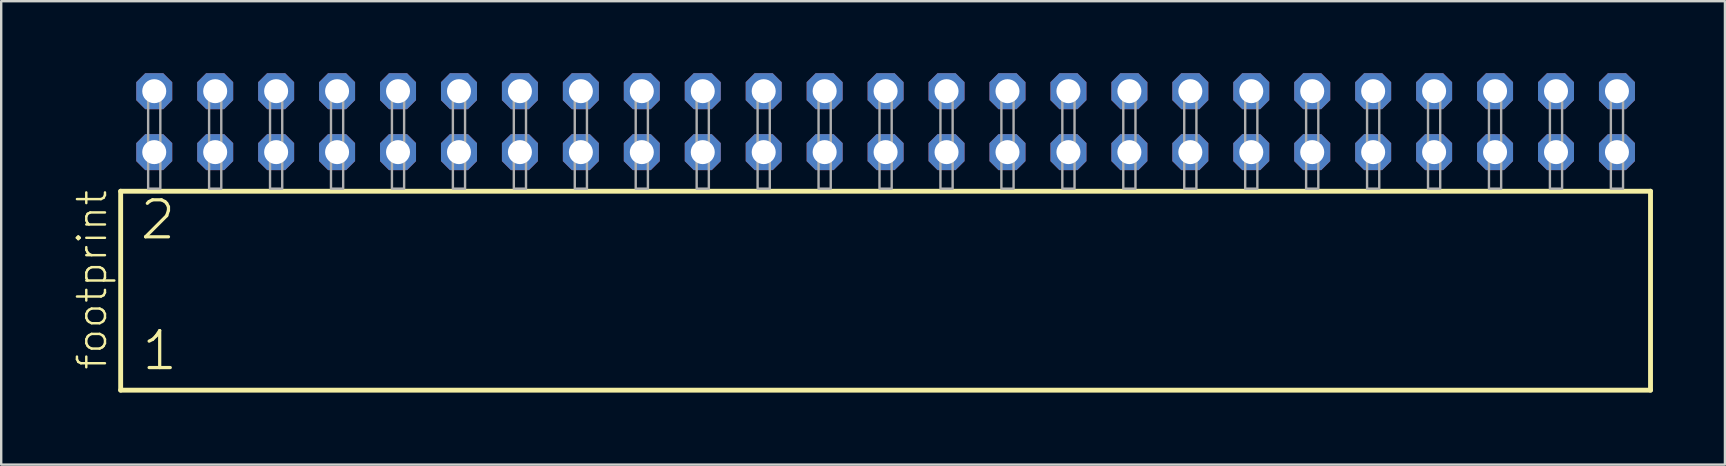
<source format=kicad_pcb>
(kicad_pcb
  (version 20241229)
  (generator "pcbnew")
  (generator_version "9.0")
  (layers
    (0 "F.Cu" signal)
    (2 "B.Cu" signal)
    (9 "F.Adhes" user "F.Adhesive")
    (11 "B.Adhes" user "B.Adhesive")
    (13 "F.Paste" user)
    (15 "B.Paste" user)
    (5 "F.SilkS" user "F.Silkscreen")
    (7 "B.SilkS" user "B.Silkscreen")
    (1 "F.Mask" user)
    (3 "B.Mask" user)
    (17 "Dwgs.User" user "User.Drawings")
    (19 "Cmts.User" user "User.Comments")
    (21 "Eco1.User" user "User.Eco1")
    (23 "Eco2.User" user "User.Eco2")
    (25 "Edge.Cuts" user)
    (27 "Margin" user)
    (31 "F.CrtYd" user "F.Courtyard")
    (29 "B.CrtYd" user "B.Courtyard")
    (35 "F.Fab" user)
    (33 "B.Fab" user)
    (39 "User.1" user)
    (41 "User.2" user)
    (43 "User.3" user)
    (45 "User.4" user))
  (footprint "footprint"
    (layer "F.Cu")
    (at 33.858 4.814)
    (property "Reference" "footprint" (at -32.385 7.62 90) (layer "F.SilkS") (effects (font (size 1.168 1.168) (thickness 0.102)) (justify left bottom)))
    (fp_line (start -31.879 0.106) (end -31.879 8.396) (stroke (width 0.203) (type solid)) (layer "F.SilkS"))
    (fp_line (start -31.879 8.396) (end 31.879 8.396) (stroke (width 0.203) (type solid)) (layer "F.SilkS"))
    (fp_line (start 31.879 0.106) (end -31.879 0.106) (stroke (width 0.203) (type solid)) (layer "F.SilkS"))
    (fp_line (start 31.879 8.396) (end 31.879 0.106) (stroke (width 0.203) (type solid)) (layer "F.SilkS"))
    (fp_poly (pts (xy -30.734 0) (xy -30.226 0) (xy -30.226 -4.318) (xy -30.734 -4.318)) (stroke (width 0.1) (type solid)) (fill no) (layer "F.Fab"))
    (fp_poly (pts (xy -28.194 0) (xy -27.686 0) (xy -27.686 -4.318) (xy -28.194 -4.318)) (stroke (width 0.1) (type solid)) (fill no) (layer "F.Fab"))
    (fp_poly (pts (xy -25.654 0) (xy -25.146 0) (xy -25.146 -4.318) (xy -25.654 -4.318)) (stroke (width 0.1) (type solid)) (fill no) (layer "F.Fab"))
    (fp_poly (pts (xy -23.114 0) (xy -22.606 0) (xy -22.606 -4.318) (xy -23.114 -4.318)) (stroke (width 0.1) (type solid)) (fill no) (layer "F.Fab"))
    (fp_poly (pts (xy -20.574 0) (xy -20.066 0) (xy -20.066 -4.318) (xy -20.574 -4.318)) (stroke (width 0.1) (type solid)) (fill no) (layer "F.Fab"))
    (fp_poly (pts (xy -18.034 0) (xy -17.526 0) (xy -17.526 -4.318) (xy -18.034 -4.318)) (stroke (width 0.1) (type solid)) (fill no) (layer "F.Fab"))
    (fp_poly (pts (xy -15.494 0) (xy -14.986 0) (xy -14.986 -4.318) (xy -15.494 -4.318)) (stroke (width 0.1) (type solid)) (fill no) (layer "F.Fab"))
    (fp_poly (pts (xy -12.954 0) (xy -12.446 0) (xy -12.446 -4.318) (xy -12.954 -4.318)) (stroke (width 0.1) (type solid)) (fill no) (layer "F.Fab"))
    (fp_poly (pts (xy -10.414 0) (xy -9.906 0) (xy -9.906 -4.318) (xy -10.414 -4.318)) (stroke (width 0.1) (type solid)) (fill no) (layer "F.Fab"))
    (fp_poly (pts (xy -7.874 0) (xy -7.366 0) (xy -7.366 -4.318) (xy -7.874 -4.318)) (stroke (width 0.1) (type solid)) (fill no) (layer "F.Fab"))
    (fp_poly (pts (xy -5.334 0) (xy -4.826 0) (xy -4.826 -4.318) (xy -5.334 -4.318)) (stroke (width 0.1) (type solid)) (fill no) (layer "F.Fab"))
    (fp_poly (pts (xy -2.794 0) (xy -2.286 0) (xy -2.286 -4.318) (xy -2.794 -4.318)) (stroke (width 0.1) (type solid)) (fill no) (layer "F.Fab"))
    (fp_poly (pts (xy -0.254 0) (xy 0.254 0) (xy 0.254 -4.318) (xy -0.254 -4.318)) (stroke (width 0.1) (type solid)) (fill no) (layer "F.Fab"))
    (fp_poly (pts (xy 2.286 0) (xy 2.794 0) (xy 2.794 -4.318) (xy 2.286 -4.318)) (stroke (width 0.1) (type solid)) (fill no) (layer "F.Fab"))
    (fp_poly (pts (xy 4.826 0) (xy 5.334 0) (xy 5.334 -4.318) (xy 4.826 -4.318)) (stroke (width 0.1) (type solid)) (fill no) (layer "F.Fab"))
    (fp_poly (pts (xy 7.366 0) (xy 7.874 0) (xy 7.874 -4.318) (xy 7.366 -4.318)) (stroke (width 0.1) (type solid)) (fill no) (layer "F.Fab"))
    (fp_poly (pts (xy 9.906 0) (xy 10.414 0) (xy 10.414 -4.318) (xy 9.906 -4.318)) (stroke (width 0.1) (type solid)) (fill no) (layer "F.Fab"))
    (fp_poly (pts (xy 12.446 0) (xy 12.954 0) (xy 12.954 -4.318) (xy 12.446 -4.318)) (stroke (width 0.1) (type solid)) (fill no) (layer "F.Fab"))
    (fp_poly (pts (xy 14.986 0) (xy 15.494 0) (xy 15.494 -4.318) (xy 14.986 -4.318)) (stroke (width 0.1) (type solid)) (fill no) (layer "F.Fab"))
    (fp_poly (pts (xy 17.526 0) (xy 18.034 0) (xy 18.034 -4.318) (xy 17.526 -4.318)) (stroke (width 0.1) (type solid)) (fill no) (layer "F.Fab"))
    (fp_poly (pts (xy 20.066 0) (xy 20.574 0) (xy 20.574 -4.318) (xy 20.066 -4.318)) (stroke (width 0.1) (type solid)) (fill no) (layer "F.Fab"))
    (fp_poly (pts (xy 22.606 0) (xy 23.114 0) (xy 23.114 -4.318) (xy 22.606 -4.318)) (stroke (width 0.1) (type solid)) (fill no) (layer "F.Fab"))
    (fp_poly (pts (xy 25.146 0) (xy 25.654 0) (xy 25.654 -4.318) (xy 25.146 -4.318)) (stroke (width 0.1) (type solid)) (fill no) (layer "F.Fab"))
    (fp_poly (pts (xy 27.686 0) (xy 28.194 0) (xy 28.194 -4.318) (xy 27.686 -4.318)) (stroke (width 0.1) (type solid)) (fill no) (layer "F.Fab"))
    (fp_poly (pts (xy 30.226 0) (xy 30.734 0) (xy 30.734 -4.318) (xy 30.226 -4.318)) (stroke (width 0.1) (type solid)) (fill no) (layer "F.Fab"))
    (fp_text user "2" (at -31.15 2.2 0) (layer "F.SilkS") (effects (font (size 1.542 1.542) (thickness 0.134)) (justify left bottom)))
    (fp_text user "1" (at -31.075 7.65 0) (layer "F.SilkS") (effects (font (size 1.542 1.542) (thickness 0.134)) (justify left bottom)))
    (pad "1" thru_hole roundrect (at -30.48 -1.524) (size 1.5 1.5) (drill 1) (layers "*.Cu" "*.Mask") (roundrect_rratio 0.25) (chamfer_ratio 0.25) (chamfer top_left top_right bottom_left bottom_right))
    (pad "2" thru_hole roundrect (at -30.48 -4.064) (size 1.5 1.5) (drill 1) (layers "*.Cu" "*.Mask") (roundrect_rratio 0.25) (chamfer_ratio 0.25) (chamfer top_left top_right bottom_left bottom_right))
    (pad "3" thru_hole roundrect (at -27.94 -1.524) (size 1.5 1.5) (drill 1) (layers "*.Cu" "*.Mask") (roundrect_rratio 0.25) (chamfer_ratio 0.25) (chamfer top_left top_right bottom_left bottom_right))
    (pad "4" thru_hole roundrect (at -27.94 -4.064) (size 1.5 1.5) (drill 1) (layers "*.Cu" "*.Mask") (roundrect_rratio 0.25) (chamfer_ratio 0.25) (chamfer top_left top_right bottom_left bottom_right))
    (pad "5" thru_hole roundrect (at -25.4 -1.524) (size 1.5 1.5) (drill 1) (layers "*.Cu" "*.Mask") (roundrect_rratio 0.25) (chamfer_ratio 0.25) (chamfer top_left top_right bottom_left bottom_right))
    (pad "6" thru_hole roundrect (at -25.4 -4.064) (size 1.5 1.5) (drill 1) (layers "*.Cu" "*.Mask") (roundrect_rratio 0.25) (chamfer_ratio 0.25) (chamfer top_left top_right bottom_left bottom_right))
    (pad "7" thru_hole roundrect (at -22.86 -1.524) (size 1.5 1.5) (drill 1) (layers "*.Cu" "*.Mask") (roundrect_rratio 0.25) (chamfer_ratio 0.25) (chamfer top_left top_right bottom_left bottom_right))
    (pad "8" thru_hole roundrect (at -22.86 -4.064) (size 1.5 1.5) (drill 1) (layers "*.Cu" "*.Mask") (roundrect_rratio 0.25) (chamfer_ratio 0.25) (chamfer top_left top_right bottom_left bottom_right))
    (pad "9" thru_hole roundrect (at -20.32 -1.524) (size 1.5 1.5) (drill 1) (layers "*.Cu" "*.Mask") (roundrect_rratio 0.25) (chamfer_ratio 0.25) (chamfer top_left top_right bottom_left bottom_right))
    (pad "10" thru_hole roundrect (at -20.32 -4.064) (size 1.5 1.5) (drill 1) (layers "*.Cu" "*.Mask") (roundrect_rratio 0.25) (chamfer_ratio 0.25) (chamfer top_left top_right bottom_left bottom_right))
    (pad "11" thru_hole roundrect (at -17.78 -1.524) (size 1.5 1.5) (drill 1) (layers "*.Cu" "*.Mask") (roundrect_rratio 0.25) (chamfer_ratio 0.25) (chamfer top_left top_right bottom_left bottom_right))
    (pad "12" thru_hole roundrect (at -17.78 -4.064) (size 1.5 1.5) (drill 1) (layers "*.Cu" "*.Mask") (roundrect_rratio 0.25) (chamfer_ratio 0.25) (chamfer top_left top_right bottom_left bottom_right))
    (pad "13" thru_hole roundrect (at -15.24 -1.524) (size 1.5 1.5) (drill 1) (layers "*.Cu" "*.Mask") (roundrect_rratio 0.25) (chamfer_ratio 0.25) (chamfer top_left top_right bottom_left bottom_right))
    (pad "14" thru_hole roundrect (at -15.24 -4.064) (size 1.5 1.5) (drill 1) (layers "*.Cu" "*.Mask") (roundrect_rratio 0.25) (chamfer_ratio 0.25) (chamfer top_left top_right bottom_left bottom_right))
    (pad "15" thru_hole roundrect (at -12.7 -1.524) (size 1.5 1.5) (drill 1) (layers "*.Cu" "*.Mask") (roundrect_rratio 0.25) (chamfer_ratio 0.25) (chamfer top_left top_right bottom_left bottom_right))
    (pad "16" thru_hole roundrect (at -12.7 -4.064) (size 1.5 1.5) (drill 1) (layers "*.Cu" "*.Mask") (roundrect_rratio 0.25) (chamfer_ratio 0.25) (chamfer top_left top_right bottom_left bottom_right))
    (pad "17" thru_hole roundrect (at -10.16 -1.524) (size 1.5 1.5) (drill 1) (layers "*.Cu" "*.Mask") (roundrect_rratio 0.25) (chamfer_ratio 0.25) (chamfer top_left top_right bottom_left bottom_right))
    (pad "18" thru_hole roundrect (at -10.16 -4.064) (size 1.5 1.5) (drill 1) (layers "*.Cu" "*.Mask") (roundrect_rratio 0.25) (chamfer_ratio 0.25) (chamfer top_left top_right bottom_left bottom_right))
    (pad "19" thru_hole roundrect (at -7.62 -1.524) (size 1.5 1.5) (drill 1) (layers "*.Cu" "*.Mask") (roundrect_rratio 0.25) (chamfer_ratio 0.25) (chamfer top_left top_right bottom_left bottom_right))
    (pad "20" thru_hole roundrect (at -7.62 -4.064) (size 1.5 1.5) (drill 1) (layers "*.Cu" "*.Mask") (roundrect_rratio 0.25) (chamfer_ratio 0.25) (chamfer top_left top_right bottom_left bottom_right))
    (pad "21" thru_hole roundrect (at -5.08 -1.524) (size 1.5 1.5) (drill 1) (layers "*.Cu" "*.Mask") (roundrect_rratio 0.25) (chamfer_ratio 0.25) (chamfer top_left top_right bottom_left bottom_right))
    (pad "22" thru_hole roundrect (at -5.08 -4.064) (size 1.5 1.5) (drill 1) (layers "*.Cu" "*.Mask") (roundrect_rratio 0.25) (chamfer_ratio 0.25) (chamfer top_left top_right bottom_left bottom_right))
    (pad "23" thru_hole roundrect (at -2.54 -1.524) (size 1.5 1.5) (drill 1) (layers "*.Cu" "*.Mask") (roundrect_rratio 0.25) (chamfer_ratio 0.25) (chamfer top_left top_right bottom_left bottom_right))
    (pad "24" thru_hole roundrect (at -2.54 -4.064) (size 1.5 1.5) (drill 1) (layers "*.Cu" "*.Mask") (roundrect_rratio 0.25) (chamfer_ratio 0.25) (chamfer top_left top_right bottom_left bottom_right))
    (pad "25" thru_hole roundrect (at 0 -1.524) (size 1.5 1.5) (drill 1) (layers "*.Cu" "*.Mask") (roundrect_rratio 0.25) (chamfer_ratio 0.25) (chamfer top_left top_right bottom_left bottom_right))
    (pad "26" thru_hole roundrect (at 0 -4.064) (size 1.5 1.5) (drill 1) (layers "*.Cu" "*.Mask") (roundrect_rratio 0.25) (chamfer_ratio 0.25) (chamfer top_left top_right bottom_left bottom_right))
    (pad "27" thru_hole roundrect (at 2.54 -1.524) (size 1.5 1.5) (drill 1) (layers "*.Cu" "*.Mask") (roundrect_rratio 0.25) (chamfer_ratio 0.25) (chamfer top_left top_right bottom_left bottom_right))
    (pad "28" thru_hole roundrect (at 2.54 -4.064) (size 1.5 1.5) (drill 1) (layers "*.Cu" "*.Mask") (roundrect_rratio 0.25) (chamfer_ratio 0.25) (chamfer top_left top_right bottom_left bottom_right))
    (pad "29" thru_hole roundrect (at 5.08 -1.524) (size 1.5 1.5) (drill 1) (layers "*.Cu" "*.Mask") (roundrect_rratio 0.25) (chamfer_ratio 0.25) (chamfer top_left top_right bottom_left bottom_right))
    (pad "30" thru_hole roundrect (at 5.08 -4.064) (size 1.5 1.5) (drill 1) (layers "*.Cu" "*.Mask") (roundrect_rratio 0.25) (chamfer_ratio 0.25) (chamfer top_left top_right bottom_left bottom_right))
    (pad "31" thru_hole roundrect (at 7.62 -1.524) (size 1.5 1.5) (drill 1) (layers "*.Cu" "*.Mask") (roundrect_rratio 0.25) (chamfer_ratio 0.25) (chamfer top_left top_right bottom_left bottom_right))
    (pad "32" thru_hole roundrect (at 7.62 -4.064) (size 1.5 1.5) (drill 1) (layers "*.Cu" "*.Mask") (roundrect_rratio 0.25) (chamfer_ratio 0.25) (chamfer top_left top_right bottom_left bottom_right))
    (pad "33" thru_hole roundrect (at 10.16 -1.524) (size 1.5 1.5) (drill 1) (layers "*.Cu" "*.Mask") (roundrect_rratio 0.25) (chamfer_ratio 0.25) (chamfer top_left top_right bottom_left bottom_right))
    (pad "34" thru_hole roundrect (at 10.16 -4.064) (size 1.5 1.5) (drill 1) (layers "*.Cu" "*.Mask") (roundrect_rratio 0.25) (chamfer_ratio 0.25) (chamfer top_left top_right bottom_left bottom_right))
    (pad "35" thru_hole roundrect (at 12.7 -1.524) (size 1.5 1.5) (drill 1) (layers "*.Cu" "*.Mask") (roundrect_rratio 0.25) (chamfer_ratio 0.25) (chamfer top_left top_right bottom_left bottom_right))
    (pad "36" thru_hole roundrect (at 12.7 -4.064) (size 1.5 1.5) (drill 1) (layers "*.Cu" "*.Mask") (roundrect_rratio 0.25) (chamfer_ratio 0.25) (chamfer top_left top_right bottom_left bottom_right))
    (pad "37" thru_hole roundrect (at 15.24 -1.524) (size 1.5 1.5) (drill 1) (layers "*.Cu" "*.Mask") (roundrect_rratio 0.25) (chamfer_ratio 0.25) (chamfer top_left top_right bottom_left bottom_right))
    (pad "38" thru_hole roundrect (at 15.24 -4.064) (size 1.5 1.5) (drill 1) (layers "*.Cu" "*.Mask") (roundrect_rratio 0.25) (chamfer_ratio 0.25) (chamfer top_left top_right bottom_left bottom_right))
    (pad "39" thru_hole roundrect (at 17.78 -1.524) (size 1.5 1.5) (drill 1) (layers "*.Cu" "*.Mask") (roundrect_rratio 0.25) (chamfer_ratio 0.25) (chamfer top_left top_right bottom_left bottom_right))
    (pad "40" thru_hole roundrect (at 17.78 -4.064) (size 1.5 1.5) (drill 1) (layers "*.Cu" "*.Mask") (roundrect_rratio 0.25) (chamfer_ratio 0.25) (chamfer top_left top_right bottom_left bottom_right))
    (pad "41" thru_hole roundrect (at 20.32 -1.524) (size 1.5 1.5) (drill 1) (layers "*.Cu" "*.Mask") (roundrect_rratio 0.25) (chamfer_ratio 0.25) (chamfer top_left top_right bottom_left bottom_right))
    (pad "42" thru_hole roundrect (at 20.32 -4.064) (size 1.5 1.5) (drill 1) (layers "*.Cu" "*.Mask") (roundrect_rratio 0.25) (chamfer_ratio 0.25) (chamfer top_left top_right bottom_left bottom_right))
    (pad "43" thru_hole roundrect (at 22.86 -1.524) (size 1.5 1.5) (drill 1) (layers "*.Cu" "*.Mask") (roundrect_rratio 0.25) (chamfer_ratio 0.25) (chamfer top_left top_right bottom_left bottom_right))
    (pad "44" thru_hole roundrect (at 22.86 -4.064) (size 1.5 1.5) (drill 1) (layers "*.Cu" "*.Mask") (roundrect_rratio 0.25) (chamfer_ratio 0.25) (chamfer top_left top_right bottom_left bottom_right))
    (pad "45" thru_hole roundrect (at 25.4 -1.524) (size 1.5 1.5) (drill 1) (layers "*.Cu" "*.Mask") (roundrect_rratio 0.25) (chamfer_ratio 0.25) (chamfer top_left top_right bottom_left bottom_right))
    (pad "46" thru_hole roundrect (at 25.4 -4.064) (size 1.5 1.5) (drill 1) (layers "*.Cu" "*.Mask") (roundrect_rratio 0.25) (chamfer_ratio 0.25) (chamfer top_left top_right bottom_left bottom_right))
    (pad "47" thru_hole roundrect (at 27.94 -1.524) (size 1.5 1.5) (drill 1) (layers "*.Cu" "*.Mask") (roundrect_rratio 0.25) (chamfer_ratio 0.25) (chamfer top_left top_right bottom_left bottom_right))
    (pad "48" thru_hole roundrect (at 27.94 -4.064) (size 1.5 1.5) (drill 1) (layers "*.Cu" "*.Mask") (roundrect_rratio 0.25) (chamfer_ratio 0.25) (chamfer top_left top_right bottom_left bottom_right))
    (pad "49" thru_hole roundrect (at 30.48 -1.524) (size 1.5 1.5) (drill 1) (layers "*.Cu" "*.Mask") (roundrect_rratio 0.25) (chamfer_ratio 0.25) (chamfer top_left top_right bottom_left bottom_right))
    (pad "50" thru_hole roundrect (at 30.48 -4.064) (size 1.5 1.5) (drill 1) (layers "*.Cu" "*.Mask") (roundrect_rratio 0.25) (chamfer_ratio 0.25) (chamfer top_left top_right bottom_left bottom_right)))
  (gr_rect
    (start -3 -3)
    (end 68.839 16.312)
    (stroke (width 0.1) (type default))
    (fill no)
    (layer "Edge.Cuts")))
</source>
